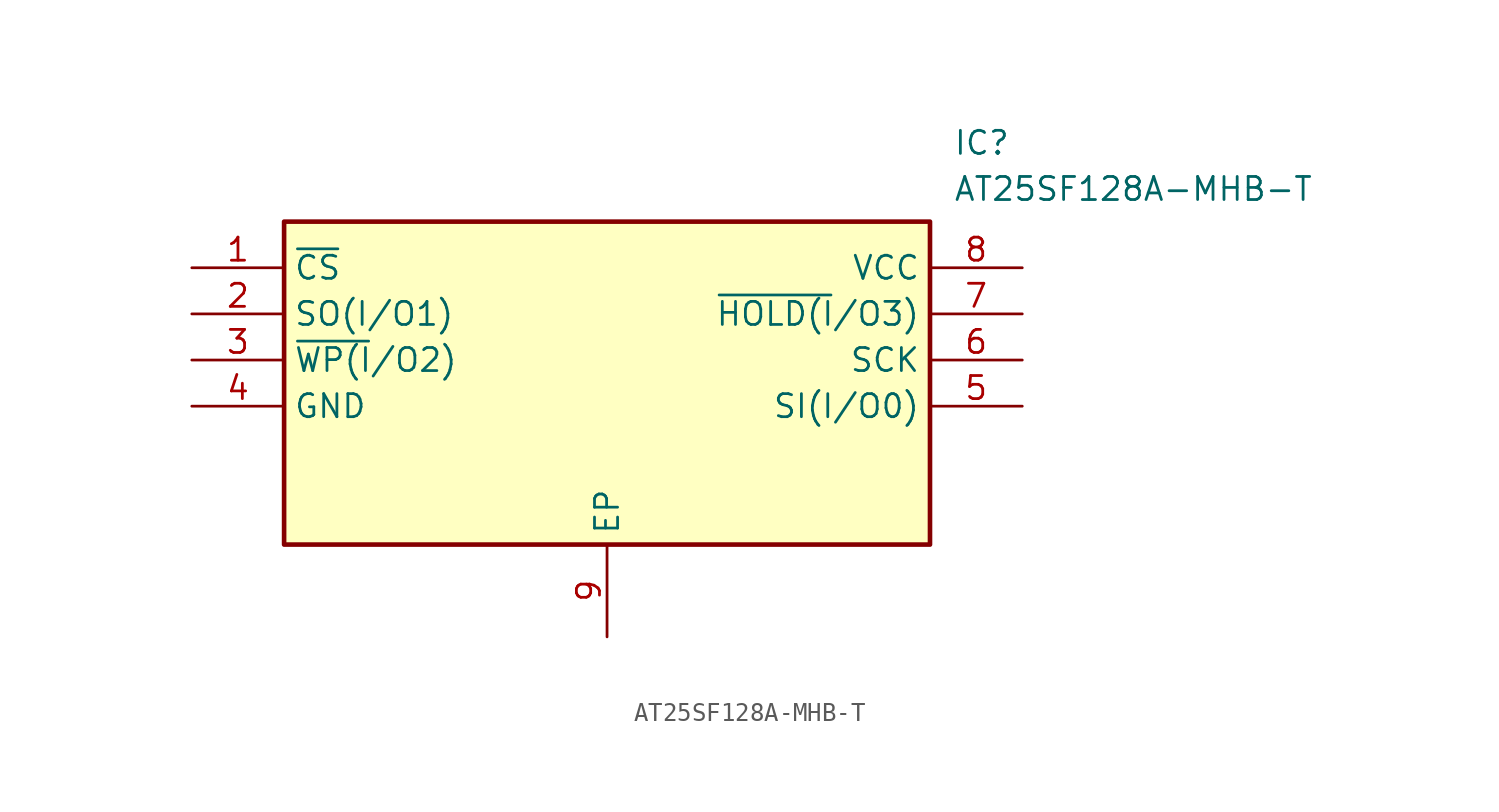
<source format=kicad_sym>
(kicad_symbol_lib
  (version 20211014)
  (generator SamacSys_ECAD_Model)
  (symbol "AT25SF128A-MHB-T"
    (property "Reference" "IC"
      (at 41.91 7.62 0)
      (effects (font (size 1.27 1.27)) (justify left top)))
    (property "Value" "AT25SF128A-MHB-T"
      (at 41.91 5.08 0)
      (effects (font (size 1.27 1.27)) (justify left top)))
    (rectangle
      (start 5.08 2.54)
      (end 40.64 -15.24)
      (stroke (width 0.254) (type default))
      (fill (type background)))
    (pin passive line
      (at 0 0 0)
      (length 5.08)
      (name "~{CS}" (effects (font (size 1.27 1.27))))
      (number "1" (effects (font (size 1.27 1.27)))))
    (pin passive line
      (at 0 -2.54 0)
      (length 5.08)
      (name "SO(I/O1)" (effects (font (size 1.27 1.27))))
      (number "2" (effects (font (size 1.27 1.27)))))
    (pin passive line
      (at 0 -5.08 0)
      (length 5.08)
      (name "~{WP(I}/O2)" (effects (font (size 1.27 1.27))))
      (number "3" (effects (font (size 1.27 1.27)))))
    (pin passive line
      (at 0 -7.62 0)
      (length 5.08)
      (name "GND" (effects (font (size 1.27 1.27))))
      (number "4" (effects (font (size 1.27 1.27)))))
    (pin passive line
      (at 22.86 -20.32 90)
      (length 5.08)
      (name "EP" (effects (font (size 1.27 1.27))))
      (number "9" (effects (font (size 1.27 1.27)))))
    (pin passive line
      (at 45.72 0 180)
      (length 5.08)
      (name "VCC" (effects (font (size 1.27 1.27))))
      (number "8" (effects (font (size 1.27 1.27)))))
    (pin passive line
      (at 45.72 -2.54 180)
      (length 5.08)
      (name "~{HOLD(I}/O3)" (effects (font (size 1.27 1.27))))
      (number "7" (effects (font (size 1.27 1.27)))))
    (pin passive line
      (at 45.72 -5.08 180)
      (length 5.08)
      (name "SCK" (effects (font (size 1.27 1.27))))
      (number "6" (effects (font (size 1.27 1.27)))))
    (pin passive line
      (at 45.72 -7.62 180)
      (length 5.08)
      (name "SI(I/O0)" (effects (font (size 1.27 1.27))))
      (number "5" (effects (font (size 1.27 1.27)))))))
</source>
